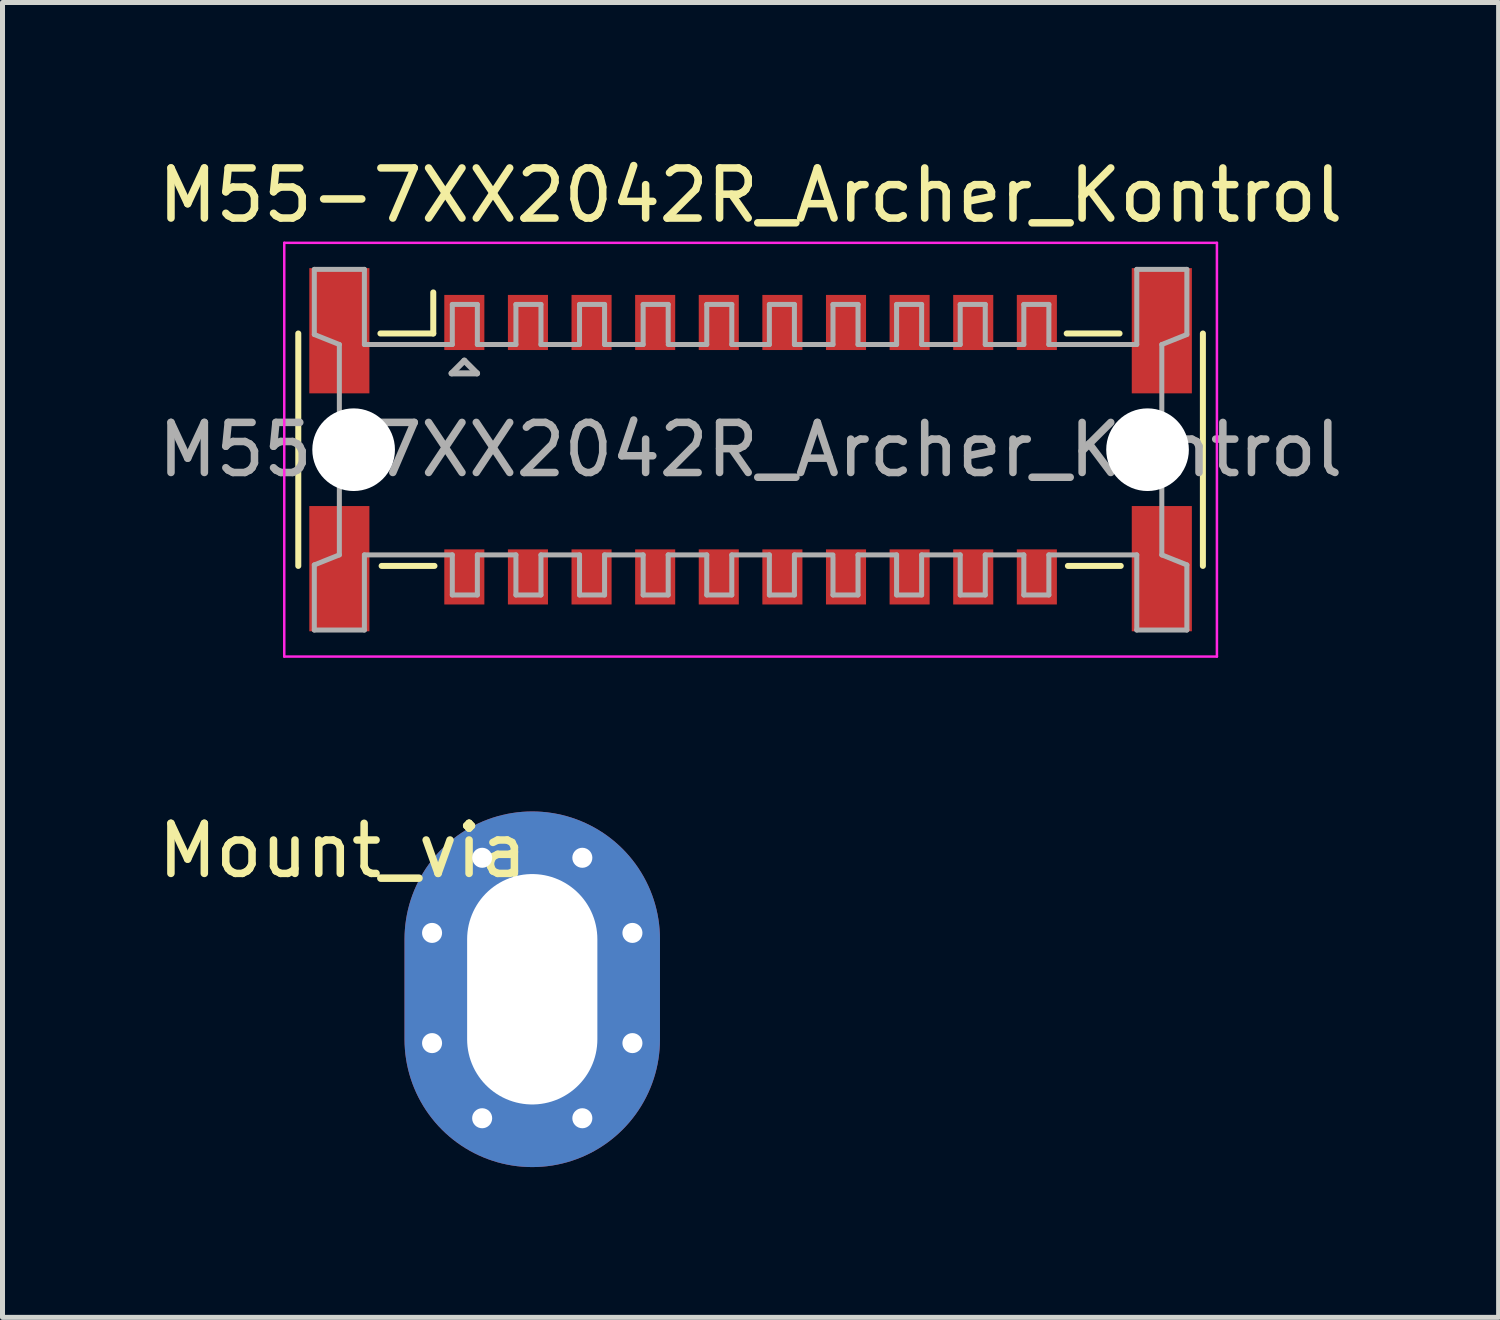
<source format=kicad_pcb>
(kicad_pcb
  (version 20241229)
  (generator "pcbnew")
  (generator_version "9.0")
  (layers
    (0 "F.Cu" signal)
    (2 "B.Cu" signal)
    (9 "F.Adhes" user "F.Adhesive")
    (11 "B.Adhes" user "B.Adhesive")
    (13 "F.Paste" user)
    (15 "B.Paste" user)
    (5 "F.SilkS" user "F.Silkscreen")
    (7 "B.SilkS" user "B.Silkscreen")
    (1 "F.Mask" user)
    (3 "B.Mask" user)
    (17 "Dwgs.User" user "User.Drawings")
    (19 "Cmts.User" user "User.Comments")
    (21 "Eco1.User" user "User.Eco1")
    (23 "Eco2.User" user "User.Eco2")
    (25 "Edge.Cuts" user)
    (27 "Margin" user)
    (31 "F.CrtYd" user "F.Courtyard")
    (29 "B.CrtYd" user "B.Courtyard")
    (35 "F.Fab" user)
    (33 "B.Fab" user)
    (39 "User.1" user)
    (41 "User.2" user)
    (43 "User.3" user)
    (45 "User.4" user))
  (footprint "M55-7XX2042R_Archer_Kontrol"
    (layer "F.Cu")
    (at 11.935 5.928)
    (property "Reference" "M55-7XX2042R_Archer_Kontrol" (at 0 -5.08 0) (layer "F.SilkS") (effects (font (size 1 1) (thickness 0.15))))
    (attr smd)
    (fp_line (start -9.03 -2.32) (end -9.03 2.32) (stroke (width 0.12) (type solid)) (layer "F.SilkS"))
    (fp_line (start -7.39 -2.32) (end -6.335 -2.32) (stroke (width 0.12) (type solid)) (layer "F.SilkS"))
    (fp_line (start -7.366 2.32) (end -6.311 2.32) (stroke (width 0.12) (type solid)) (layer "F.SilkS"))
    (fp_line (start -6.335 -2.32) (end -6.335 -3.14) (stroke (width 0.12) (type solid)) (layer "F.SilkS"))
    (fp_line (start 7.366 -2.32) (end 6.311 -2.32) (stroke (width 0.12) (type solid)) (layer "F.SilkS"))
    (fp_line (start 7.39 2.32) (end 6.335 2.32) (stroke (width 0.12) (type solid)) (layer "F.SilkS"))
    (fp_line (start 9.03 2.32) (end 9.03 -2.32) (stroke (width 0.12) (type solid)) (layer "F.SilkS"))
    (fp_line (start -9.31 -4.13) (end 9.31 -4.13) (stroke (width 0.05) (type solid)) (layer "F.CrtYd"))
    (fp_line (start -9.31 4.13) (end -9.31 -4.13) (stroke (width 0.05) (type solid)) (layer "F.CrtYd"))
    (fp_line (start 9.31 -4.13) (end 9.31 4.13) (stroke (width 0.05) (type solid)) (layer "F.CrtYd"))
    (fp_line (start 9.31 4.13) (end -9.31 4.13) (stroke (width 0.05) (type solid)) (layer "F.CrtYd"))
    (fp_line (start -8.71 -3.6) (end -8.71 -2.3) (stroke (width 0.1) (type solid)) (layer "F.Fab"))
    (fp_line (start -8.71 -2.3) (end -8.21 -2.1) (stroke (width 0.1) (type solid)) (layer "F.Fab"))
    (fp_line (start -8.71 2.3) (end -8.21 2.1) (stroke (width 0.1) (type solid)) (layer "F.Fab"))
    (fp_line (start -8.71 3.6) (end -8.71 2.3) (stroke (width 0.1) (type solid)) (layer "F.Fab"))
    (fp_line (start -8.21 2.1) (end -8.21 -2.1) (stroke (width 0.1) (type solid)) (layer "F.Fab"))
    (fp_line (start -7.71 -3.6) (end -8.71 -3.6) (stroke (width 0.1) (type solid)) (layer "F.Fab"))
    (fp_line (start -7.71 -2.1) (end -7.71 -3.6) (stroke (width 0.1) (type solid)) (layer "F.Fab"))
    (fp_line (start -7.71 -2.1) (end -5.955 -2.1) (stroke (width 0.1) (type solid)) (layer "F.Fab"))
    (fp_line (start -7.71 2.1) (end -7.71 3.6) (stroke (width 0.1) (type solid)) (layer "F.Fab"))
    (fp_line (start -7.71 3.6) (end -8.71 3.6) (stroke (width 0.1) (type solid)) (layer "F.Fab"))
    (fp_line (start -5.969 -1.524) (end -5.461 -1.524) (stroke (width 0.12) (type solid)) (layer "F.Fab"))
    (fp_line (start -5.955 -2.9) (end -5.455 -2.9) (stroke (width 0.1) (type solid)) (layer "F.Fab"))
    (fp_line (start -5.955 -2.1) (end -5.955 -2.9) (stroke (width 0.1) (type solid)) (layer "F.Fab"))
    (fp_line (start -5.955 2.1) (end -7.71 2.1) (stroke (width 0.1) (type solid)) (layer "F.Fab"))
    (fp_line (start -5.955 2.9) (end -5.955 2.1) (stroke (width 0.1) (type solid)) (layer "F.Fab"))
    (fp_line (start -5.715 -1.778) (end -5.969 -1.524) (stroke (width 0.12) (type solid)) (layer "F.Fab"))
    (fp_line (start -5.461 -1.524) (end -5.715 -1.778) (stroke (width 0.12) (type solid)) (layer "F.Fab"))
    (fp_line (start -5.455 -2.9) (end -5.455 -2.1) (stroke (width 0.1) (type solid)) (layer "F.Fab"))
    (fp_line (start -5.455 -2.1) (end -4.685 -2.1) (stroke (width 0.1) (type solid)) (layer "F.Fab"))
    (fp_line (start -5.455 2.1) (end -5.455 2.9) (stroke (width 0.1) (type solid)) (layer "F.Fab"))
    (fp_line (start -5.455 2.9) (end -5.955 2.9) (stroke (width 0.1) (type solid)) (layer "F.Fab"))
    (fp_line (start -4.685 -2.9) (end -4.186 -2.9) (stroke (width 0.1) (type solid)) (layer "F.Fab"))
    (fp_line (start -4.685 -2.1) (end -4.685 -2.9) (stroke (width 0.1) (type solid)) (layer "F.Fab"))
    (fp_line (start -4.685 2.1) (end -5.455 2.1) (stroke (width 0.1) (type solid)) (layer "F.Fab"))
    (fp_line (start -4.685 2.9) (end -4.685 2.1) (stroke (width 0.1) (type solid)) (layer "F.Fab"))
    (fp_line (start -4.185 -2.9) (end -4.185 -2.1) (stroke (width 0.1) (type solid)) (layer "F.Fab"))
    (fp_line (start -4.185 -2.1) (end -3.415 -2.1) (stroke (width 0.1) (type solid)) (layer "F.Fab"))
    (fp_line (start -4.185 2.1) (end -4.185 2.9) (stroke (width 0.1) (type solid)) (layer "F.Fab"))
    (fp_line (start -4.185 2.9) (end -4.685 2.9) (stroke (width 0.1) (type solid)) (layer "F.Fab"))
    (fp_line (start -3.415 -2.9) (end -2.915 -2.9) (stroke (width 0.1) (type solid)) (layer "F.Fab"))
    (fp_line (start -3.415 -2.1) (end -3.415 -2.9) (stroke (width 0.1) (type solid)) (layer "F.Fab"))
    (fp_line (start -3.415 2.1) (end -4.185 2.1) (stroke (width 0.1) (type solid)) (layer "F.Fab"))
    (fp_line (start -3.415 2.9) (end -3.415 2.1) (stroke (width 0.1) (type solid)) (layer "F.Fab"))
    (fp_line (start -2.915 -2.9) (end -2.915 -2.1) (stroke (width 0.1) (type solid)) (layer "F.Fab"))
    (fp_line (start -2.915 -2.1) (end -2.145 -2.1) (stroke (width 0.1) (type solid)) (layer "F.Fab"))
    (fp_line (start -2.915 2.1) (end -2.915 2.9) (stroke (width 0.1) (type solid)) (layer "F.Fab"))
    (fp_line (start -2.915 2.9) (end -3.415 2.9) (stroke (width 0.1) (type solid)) (layer "F.Fab"))
    (fp_line (start -2.145 -2.9) (end -1.645 -2.9) (stroke (width 0.1) (type solid)) (layer "F.Fab"))
    (fp_line (start -2.145 -2.1) (end -2.145 -2.9) (stroke (width 0.1) (type solid)) (layer "F.Fab"))
    (fp_line (start -2.145 2.1) (end -2.915 2.1) (stroke (width 0.1) (type solid)) (layer "F.Fab"))
    (fp_line (start -2.145 2.1) (end -2.145 2.9) (stroke (width 0.1) (type solid)) (layer "F.Fab"))
    (fp_line (start -1.645 -2.9) (end -1.645 -2.145) (stroke (width 0.1) (type solid)) (layer "F.Fab"))
    (fp_line (start -1.645 -2.1) (end -0.875 -2.1) (stroke (width 0.1) (type solid)) (layer "F.Fab"))
    (fp_line (start -1.645 2.1) (end -1.645 2.9) (stroke (width 0.1) (type solid)) (layer "F.Fab"))
    (fp_line (start -1.645 2.9) (end -2.145 2.9) (stroke (width 0.1) (type solid)) (layer "F.Fab"))
    (fp_line (start -0.875 -2.9) (end -0.375 -2.9) (stroke (width 0.1) (type solid)) (layer "F.Fab"))
    (fp_line (start -0.875 -2.1) (end -0.875 -2.9) (stroke (width 0.1) (type solid)) (layer "F.Fab"))
    (fp_line (start -0.875 2.1) (end -1.645 2.1) (stroke (width 0.1) (type solid)) (layer "F.Fab"))
    (fp_line (start -0.875 2.9) (end -0.875 2.1) (stroke (width 0.1) (type solid)) (layer "F.Fab"))
    (fp_line (start -0.375 -2.9) (end -0.375 -2.1) (stroke (width 0.1) (type solid)) (layer "F.Fab"))
    (fp_line (start -0.375 -2.1) (end 0.375 -2.1) (stroke (width 0.1) (type solid)) (layer "F.Fab"))
    (fp_line (start -0.375 2.1) (end -0.375 2.9) (stroke (width 0.1) (type solid)) (layer "F.Fab"))
    (fp_line (start -0.375 2.9) (end -0.875 2.9) (stroke (width 0.1) (type solid)) (layer "F.Fab"))
    (fp_line (start 0.375 -2.9) (end 0.875 -2.9) (stroke (width 0.1) (type solid)) (layer "F.Fab"))
    (fp_line (start 0.375 -2.1) (end 0.375 -2.9) (stroke (width 0.1) (type solid)) (layer "F.Fab"))
    (fp_line (start 0.375 2.1) (end -0.375 2.1) (stroke (width 0.1) (type solid)) (layer "F.Fab"))
    (fp_line (start 0.375 2.9) (end 0.375 2.1) (stroke (width 0.1) (type solid)) (layer "F.Fab"))
    (fp_line (start 0.875 -2.9) (end 0.875 -2.1) (stroke (width 0.1) (type solid)) (layer "F.Fab"))
    (fp_line (start 0.875 -2.1) (end 1.645 -2.1) (stroke (width 0.1) (type solid)) (layer "F.Fab"))
    (fp_line (start 0.875 2.1) (end 0.875 2.9) (stroke (width 0.1) (type solid)) (layer "F.Fab"))
    (fp_line (start 0.875 2.9) (end 0.375 2.9) (stroke (width 0.1) (type solid)) (layer "F.Fab"))
    (fp_line (start 1.645 -2.9) (end 2.145 -2.9) (stroke (width 0.1) (type solid)) (layer "F.Fab"))
    (fp_line (start 1.645 -2.1) (end 1.645 -2.9) (stroke (width 0.1) (type solid)) (layer "F.Fab"))
    (fp_line (start 1.645 2.1) (end 0.875 2.1) (stroke (width 0.1) (type solid)) (layer "F.Fab"))
    (fp_line (start 1.645 2.9) (end 1.645 2.145) (stroke (width 0.1) (type solid)) (layer "F.Fab"))
    (fp_line (start 2.145 -2.1) (end 2.145 -2.9) (stroke (width 0.1) (type solid)) (layer "F.Fab"))
    (fp_line (start 2.145 -2.1) (end 2.915 -2.1) (stroke (width 0.1) (type solid)) (layer "F.Fab"))
    (fp_line (start 2.145 2.1) (end 2.145 2.9) (stroke (width 0.1) (type solid)) (layer "F.Fab"))
    (fp_line (start 2.145 2.9) (end 1.645 2.9) (stroke (width 0.1) (type solid)) (layer "F.Fab"))
    (fp_line (start 2.915 -2.9) (end 3.415 -2.9) (stroke (width 0.1) (type solid)) (layer "F.Fab"))
    (fp_line (start 2.915 -2.1) (end 2.915 -2.9) (stroke (width 0.1) (type solid)) (layer "F.Fab"))
    (fp_line (start 2.915 2.1) (end 2.145 2.1) (stroke (width 0.1) (type solid)) (layer "F.Fab"))
    (fp_line (start 2.915 2.9) (end 2.915 2.1) (stroke (width 0.1) (type solid)) (layer "F.Fab"))
    (fp_line (start 3.415 -2.9) (end 3.415 -2.1) (stroke (width 0.1) (type solid)) (layer "F.Fab"))
    (fp_line (start 3.415 -2.1) (end 4.185 -2.1) (stroke (width 0.1) (type solid)) (layer "F.Fab"))
    (fp_line (start 3.415 2.1) (end 3.415 2.9) (stroke (width 0.1) (type solid)) (layer "F.Fab"))
    (fp_line (start 3.415 2.9) (end 2.915 2.9) (stroke (width 0.1) (type solid)) (layer "F.Fab"))
    (fp_line (start 4.185 -2.9) (end 4.685 -2.9) (stroke (width 0.1) (type solid)) (layer "F.Fab"))
    (fp_line (start 4.185 -2.1) (end 4.185 -2.9) (stroke (width 0.1) (type solid)) (layer "F.Fab"))
    (fp_line (start 4.185 2.1) (end 3.415 2.1) (stroke (width 0.1) (type solid)) (layer "F.Fab"))
    (fp_line (start 4.185 2.9) (end 4.185 2.1) (stroke (width 0.1) (type solid)) (layer "F.Fab"))
    (fp_line (start 4.685 -2.9) (end 4.685 -2.1) (stroke (width 0.1) (type solid)) (layer "F.Fab"))
    (fp_line (start 4.685 -2.1) (end 5.455 -2.1) (stroke (width 0.1) (type solid)) (layer "F.Fab"))
    (fp_line (start 4.685 2.1) (end 4.685 2.9) (stroke (width 0.1) (type solid)) (layer "F.Fab"))
    (fp_line (start 4.685 2.9) (end 4.186 2.9) (stroke (width 0.1) (type solid)) (layer "F.Fab"))
    (fp_line (start 5.455 -2.9) (end 5.955 -2.9) (stroke (width 0.1) (type solid)) (layer "F.Fab"))
    (fp_line (start 5.455 -2.1) (end 5.455 -2.9) (stroke (width 0.1) (type solid)) (layer "F.Fab"))
    (fp_line (start 5.455 2.1) (end 4.685 2.1) (stroke (width 0.1) (type solid)) (layer "F.Fab"))
    (fp_line (start 5.455 2.9) (end 5.455 2.1) (stroke (width 0.1) (type solid)) (layer "F.Fab"))
    (fp_line (start 5.955 -2.9) (end 5.955 -2.1) (stroke (width 0.1) (type solid)) (layer "F.Fab"))
    (fp_line (start 5.955 -2.1) (end 7.71 -2.1) (stroke (width 0.1) (type solid)) (layer "F.Fab"))
    (fp_line (start 5.955 2.1) (end 5.955 2.9) (stroke (width 0.1) (type solid)) (layer "F.Fab"))
    (fp_line (start 5.955 2.9) (end 5.455 2.9) (stroke (width 0.1) (type solid)) (layer "F.Fab"))
    (fp_line (start 7.71 -3.6) (end 8.71 -3.6) (stroke (width 0.1) (type solid)) (layer "F.Fab"))
    (fp_line (start 7.71 -2.1) (end 7.71 -3.6) (stroke (width 0.1) (type solid)) (layer "F.Fab"))
    (fp_line (start 7.71 2.1) (end 5.955 2.1) (stroke (width 0.1) (type solid)) (layer "F.Fab"))
    (fp_line (start 7.71 2.1) (end 7.71 3.6) (stroke (width 0.1) (type solid)) (layer "F.Fab"))
    (fp_line (start 7.71 3.6) (end 8.71 3.6) (stroke (width 0.1) (type solid)) (layer "F.Fab"))
    (fp_line (start 8.21 -2.1) (end 8.21 2.1) (stroke (width 0.1) (type solid)) (layer "F.Fab"))
    (fp_line (start 8.71 -3.6) (end 8.71 -2.3) (stroke (width 0.1) (type solid)) (layer "F.Fab"))
    (fp_line (start 8.71 -2.3) (end 8.21 -2.1) (stroke (width 0.1) (type solid)) (layer "F.Fab"))
    (fp_line (start 8.71 2.3) (end 8.21 2.1) (stroke (width 0.1) (type solid)) (layer "F.Fab"))
    (fp_line (start 8.71 3.6) (end 8.71 2.3) (stroke (width 0.1) (type solid)) (layer "F.Fab"))
    (fp_text user "${REFERENCE}" (at 0 0 0) (layer "F.Fab") (effects (font (size 1 1) (thickness 0.15))))
    (pad "" smd rect (at -8.21 -2.375) (size 1.2 2.5) (layers "F.Cu" "F.Mask" "F.Paste"))
    (pad "" smd rect (at -8.21 2.375) (size 1.2 2.5) (layers "F.Cu" "F.Mask" "F.Paste"))
    (pad "" np_thru_hole circle (at -7.925 0) (size 1.65 1.65) (drill 1.65) (layers "*.Cu" "*.Mask"))
    (pad "" np_thru_hole circle (at 7.925 0) (size 1.65 1.65) (drill 1.65) (layers "*.Cu" "*.Mask"))
    (pad "" smd rect (at 8.21 -2.375) (size 1.2 2.5) (layers "F.Cu" "F.Mask" "F.Paste"))
    (pad "" smd rect (at 8.21 2.375) (size 1.2 2.5) (layers "F.Cu" "F.Mask" "F.Paste"))
    (pad "1" smd rect (at -5.715 -2.54) (size 0.8 1.1) (layers "F.Cu" "F.Mask" "F.Paste"))
    (pad "2" smd rect (at -5.715 2.54) (size 0.8 1.1) (layers "F.Cu" "F.Mask" "F.Paste"))
    (pad "3" smd rect (at -4.445 -2.54) (size 0.8 1.1) (layers "F.Cu" "F.Mask" "F.Paste"))
    (pad "4" smd rect (at -4.445 2.54) (size 0.8 1.1) (layers "F.Cu" "F.Mask" "F.Paste"))
    (pad "5" smd rect (at -3.175 -2.54) (size 0.8 1.1) (layers "F.Cu" "F.Mask" "F.Paste"))
    (pad "6" smd rect (at -3.175 2.54) (size 0.8 1.1) (layers "F.Cu" "F.Mask" "F.Paste"))
    (pad "7" smd rect (at -1.905 -2.54) (size 0.8 1.1) (layers "F.Cu" "F.Mask" "F.Paste"))
    (pad "8" smd rect (at -1.905 2.54) (size 0.8 1.1) (layers "F.Cu" "F.Mask" "F.Paste"))
    (pad "9" smd rect (at -0.635 -2.54) (size 0.8 1.1) (layers "F.Cu" "F.Mask" "F.Paste"))
    (pad "10" smd rect (at -0.635 2.54) (size 0.8 1.1) (layers "F.Cu" "F.Mask" "F.Paste"))
    (pad "11" smd rect (at 0.635 -2.54) (size 0.8 1.1) (layers "F.Cu" "F.Mask" "F.Paste"))
    (pad "12" smd rect (at 0.635 2.54) (size 0.8 1.1) (layers "F.Cu" "F.Mask" "F.Paste"))
    (pad "13" smd rect (at 1.905 -2.54) (size 0.8 1.1) (layers "F.Cu" "F.Mask" "F.Paste"))
    (pad "14" smd rect (at 1.905 2.54) (size 0.8 1.1) (layers "F.Cu" "F.Mask" "F.Paste"))
    (pad "15" smd rect (at 3.175 -2.54) (size 0.8 1.1) (layers "F.Cu" "F.Mask" "F.Paste"))
    (pad "16" smd rect (at 3.175 2.54) (size 0.8 1.1) (layers "F.Cu" "F.Mask" "F.Paste"))
    (pad "17" smd rect (at 4.445 -2.54) (size 0.8 1.1) (layers "F.Cu" "F.Mask" "F.Paste"))
    (pad "18" smd rect (at 4.445 2.54) (size 0.8 1.1) (layers "F.Cu" "F.Mask" "F.Paste"))
    (pad "19" smd rect (at 5.715 -2.54) (size 0.8 1.1) (layers "F.Cu" "F.Mask" "F.Paste"))
    (pad "20" smd rect (at 5.715 2.54) (size 0.8 1.1) (layers "F.Cu" "F.Mask" "F.Paste")))
  (footprint "Mount_via"
    (layer "F.Cu")
    (at 7.576 16.675)
    (property "Reference" "Mount_via" (at -3.785 -2.743 0) (layer "F.SilkS") (effects (font (size 1 1) (thickness 0.15))))
    (attr through_hole)
    (pad "" thru_hole circle (at -2 -1.1) (size 0.8 0.8) (drill 0.4) (layers "*.Cu" "*.Mask"))
    (pad "" thru_hole circle (at -2 1.1) (size 0.8 0.8) (drill 0.4) (layers "*.Cu" "*.Mask"))
    (pad "" thru_hole circle (at -1 -2.6) (size 0.8 0.8) (drill 0.4) (layers "*.Cu" "*.Mask"))
    (pad "" thru_hole circle (at -1 2.6) (size 0.8 0.8) (drill 0.4) (layers "*.Cu" "*.Mask"))
    (pad "" thru_hole oval (at 0 0.025) (size 5.1 7.1) (drill oval 2.6 4.6) (layers "*.Cu" "*.Mask"))
    (pad "" thru_hole circle (at 1 -2.6) (size 0.8 0.8) (drill 0.4) (layers "*.Cu" "*.Mask"))
    (pad "" thru_hole circle (at 1 2.6) (size 0.8 0.8) (drill 0.4) (layers "*.Cu" "*.Mask"))
    (pad "" thru_hole circle (at 2 -1.1) (size 0.8 0.8) (drill 0.4) (layers "*.Cu" "*.Mask"))
    (pad "" thru_hole circle (at 2 1.1) (size 0.8 0.8) (drill 0.4) (layers "*.Cu" "*.Mask")))
  (gr_rect
    (start -3 -3)
    (end 26.869 23.25)
    (stroke (width 0.1) (type default))
    (fill no)
    (layer "Edge.Cuts")))
</source>
